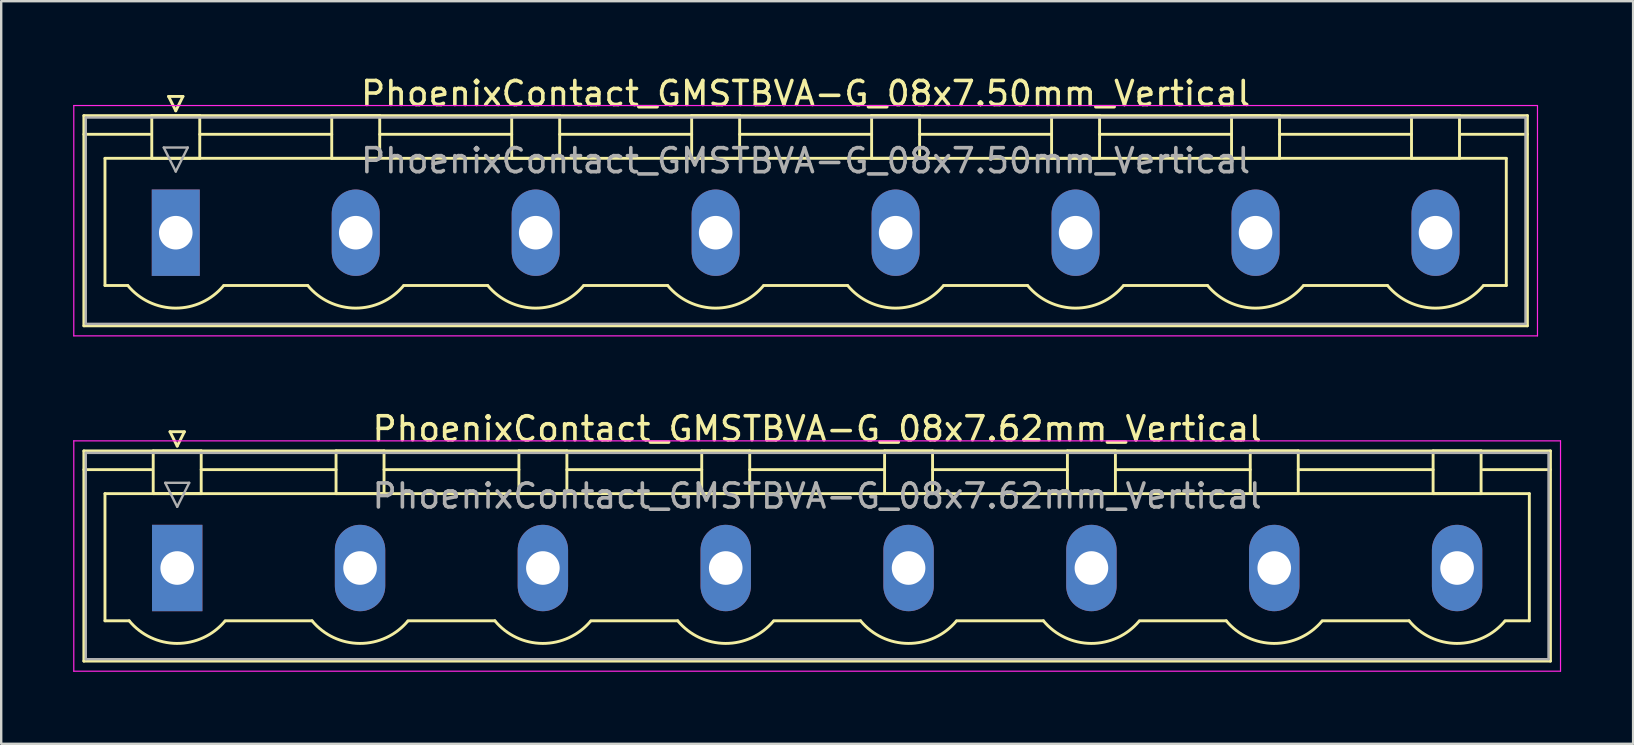
<source format=kicad_pcb>
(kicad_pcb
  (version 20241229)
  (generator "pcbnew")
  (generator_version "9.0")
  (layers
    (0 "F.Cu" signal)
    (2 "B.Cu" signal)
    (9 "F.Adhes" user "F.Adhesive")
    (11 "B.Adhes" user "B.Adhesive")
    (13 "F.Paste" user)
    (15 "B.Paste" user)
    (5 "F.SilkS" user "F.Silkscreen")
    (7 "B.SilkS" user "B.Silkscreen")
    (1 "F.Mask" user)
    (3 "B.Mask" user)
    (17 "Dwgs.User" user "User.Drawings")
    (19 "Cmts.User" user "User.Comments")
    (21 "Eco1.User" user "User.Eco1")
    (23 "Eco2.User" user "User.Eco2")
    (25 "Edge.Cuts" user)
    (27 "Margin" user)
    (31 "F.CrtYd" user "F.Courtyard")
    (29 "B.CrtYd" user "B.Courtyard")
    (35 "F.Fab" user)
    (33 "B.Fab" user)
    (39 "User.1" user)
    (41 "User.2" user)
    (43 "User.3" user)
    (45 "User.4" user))
  (footprint "PhoenixContact_GMSTBVA-G_08x7.50mm_Vertical"
    (layer "F.Cu")
    (at 4.275 6.648)
    (property "Reference" "PhoenixContact_GMSTBVA-G_08x7.50mm_Vertical" (at 26.25 -5.8 0) (layer "F.SilkS") (effects (font (size 1 1) (thickness 0.15))))
    (attr through_hole)
    (fp_line (start -3.83 -4.88) (end -3.83 3.88) (stroke (width 0.12) (type solid)) (layer "F.SilkS"))
    (fp_line (start -3.83 -4.1) (end -1.08 -4.1) (stroke (width 0.12) (type solid)) (layer "F.SilkS"))
    (fp_line (start -3.83 3.88) (end 56.33 3.88) (stroke (width 0.12) (type solid)) (layer "F.SilkS"))
    (fp_line (start -2.95 -3.1) (end 55.45 -3.1) (stroke (width 0.12) (type solid)) (layer "F.SilkS"))
    (fp_line (start -2.95 2.2) (end -2.95 -3.1) (stroke (width 0.12) (type solid)) (layer "F.SilkS"))
    (fp_line (start -2 2.2) (end -2.95 2.2) (stroke (width 0.12) (type solid)) (layer "F.SilkS"))
    (fp_line (start -1 -4.88) (end 1 -4.88) (stroke (width 0.12) (type solid)) (layer "F.SilkS"))
    (fp_line (start -1 -3.1) (end -1 -4.88) (stroke (width 0.12) (type solid)) (layer "F.SilkS"))
    (fp_line (start -0.3 -5.68) (end 0.3 -5.68) (stroke (width 0.12) (type solid)) (layer "F.SilkS"))
    (fp_line (start 0 -5.08) (end -0.3 -5.68) (stroke (width 0.12) (type solid)) (layer "F.SilkS"))
    (fp_line (start 0.3 -5.68) (end 0 -5.08) (stroke (width 0.12) (type solid)) (layer "F.SilkS"))
    (fp_line (start 1 -4.88) (end 1 -3.1) (stroke (width 0.12) (type solid)) (layer "F.SilkS"))
    (fp_line (start 1 -4.1) (end 6.5 -4.1) (stroke (width 0.12) (type solid)) (layer "F.SilkS"))
    (fp_line (start 1 -3.1) (end -1 -3.1) (stroke (width 0.12) (type solid)) (layer "F.SilkS"))
    (fp_line (start 2 2.2) (end 5.5 2.2) (stroke (width 0.12) (type solid)) (layer "F.SilkS"))
    (fp_line (start 6.5 -4.88) (end 8.5 -4.88) (stroke (width 0.12) (type solid)) (layer "F.SilkS"))
    (fp_line (start 6.5 -3.1) (end 6.5 -4.88) (stroke (width 0.12) (type solid)) (layer "F.SilkS"))
    (fp_line (start 8.5 -4.88) (end 8.5 -3.1) (stroke (width 0.12) (type solid)) (layer "F.SilkS"))
    (fp_line (start 8.5 -4.1) (end 14 -4.1) (stroke (width 0.12) (type solid)) (layer "F.SilkS"))
    (fp_line (start 8.5 -3.1) (end 6.5 -3.1) (stroke (width 0.12) (type solid)) (layer "F.SilkS"))
    (fp_line (start 9.5 2.2) (end 13 2.2) (stroke (width 0.12) (type solid)) (layer "F.SilkS"))
    (fp_line (start 14 -4.88) (end 16 -4.88) (stroke (width 0.12) (type solid)) (layer "F.SilkS"))
    (fp_line (start 14 -3.1) (end 14 -4.88) (stroke (width 0.12) (type solid)) (layer "F.SilkS"))
    (fp_line (start 16 -4.88) (end 16 -3.1) (stroke (width 0.12) (type solid)) (layer "F.SilkS"))
    (fp_line (start 16 -4.1) (end 21.5 -4.1) (stroke (width 0.12) (type solid)) (layer "F.SilkS"))
    (fp_line (start 16 -3.1) (end 14 -3.1) (stroke (width 0.12) (type solid)) (layer "F.SilkS"))
    (fp_line (start 17 2.2) (end 20.5 2.2) (stroke (width 0.12) (type solid)) (layer "F.SilkS"))
    (fp_line (start 21.5 -4.88) (end 23.5 -4.88) (stroke (width 0.12) (type solid)) (layer "F.SilkS"))
    (fp_line (start 21.5 -3.1) (end 21.5 -4.88) (stroke (width 0.12) (type solid)) (layer "F.SilkS"))
    (fp_line (start 23.5 -4.88) (end 23.5 -3.1) (stroke (width 0.12) (type solid)) (layer "F.SilkS"))
    (fp_line (start 23.5 -4.1) (end 29 -4.1) (stroke (width 0.12) (type solid)) (layer "F.SilkS"))
    (fp_line (start 23.5 -3.1) (end 21.5 -3.1) (stroke (width 0.12) (type solid)) (layer "F.SilkS"))
    (fp_line (start 24.5 2.2) (end 28 2.2) (stroke (width 0.12) (type solid)) (layer "F.SilkS"))
    (fp_line (start 29 -4.88) (end 31 -4.88) (stroke (width 0.12) (type solid)) (layer "F.SilkS"))
    (fp_line (start 29 -3.1) (end 29 -4.88) (stroke (width 0.12) (type solid)) (layer "F.SilkS"))
    (fp_line (start 31 -4.88) (end 31 -3.1) (stroke (width 0.12) (type solid)) (layer "F.SilkS"))
    (fp_line (start 31 -4.1) (end 36.5 -4.1) (stroke (width 0.12) (type solid)) (layer "F.SilkS"))
    (fp_line (start 31 -3.1) (end 29 -3.1) (stroke (width 0.12) (type solid)) (layer "F.SilkS"))
    (fp_line (start 32 2.2) (end 35.5 2.2) (stroke (width 0.12) (type solid)) (layer "F.SilkS"))
    (fp_line (start 36.5 -4.88) (end 38.5 -4.88) (stroke (width 0.12) (type solid)) (layer "F.SilkS"))
    (fp_line (start 36.5 -3.1) (end 36.5 -4.88) (stroke (width 0.12) (type solid)) (layer "F.SilkS"))
    (fp_line (start 38.5 -4.88) (end 38.5 -3.1) (stroke (width 0.12) (type solid)) (layer "F.SilkS"))
    (fp_line (start 38.5 -4.1) (end 44 -4.1) (stroke (width 0.12) (type solid)) (layer "F.SilkS"))
    (fp_line (start 38.5 -3.1) (end 36.5 -3.1) (stroke (width 0.12) (type solid)) (layer "F.SilkS"))
    (fp_line (start 39.5 2.2) (end 43 2.2) (stroke (width 0.12) (type solid)) (layer "F.SilkS"))
    (fp_line (start 44 -4.88) (end 46 -4.88) (stroke (width 0.12) (type solid)) (layer "F.SilkS"))
    (fp_line (start 44 -3.1) (end 44 -4.88) (stroke (width 0.12) (type solid)) (layer "F.SilkS"))
    (fp_line (start 46 -4.88) (end 46 -3.1) (stroke (width 0.12) (type solid)) (layer "F.SilkS"))
    (fp_line (start 46 -4.1) (end 51.5 -4.1) (stroke (width 0.12) (type solid)) (layer "F.SilkS"))
    (fp_line (start 46 -3.1) (end 44 -3.1) (stroke (width 0.12) (type solid)) (layer "F.SilkS"))
    (fp_line (start 47 2.2) (end 50.5 2.2) (stroke (width 0.12) (type solid)) (layer "F.SilkS"))
    (fp_line (start 51.5 -4.88) (end 53.5 -4.88) (stroke (width 0.12) (type solid)) (layer "F.SilkS"))
    (fp_line (start 51.5 -3.1) (end 51.5 -4.88) (stroke (width 0.12) (type solid)) (layer "F.SilkS"))
    (fp_line (start 53.5 -4.88) (end 53.5 -3.1) (stroke (width 0.12) (type solid)) (layer "F.SilkS"))
    (fp_line (start 53.5 -3.1) (end 51.5 -3.1) (stroke (width 0.12) (type solid)) (layer "F.SilkS"))
    (fp_line (start 55.45 -3.1) (end 55.45 2.2) (stroke (width 0.12) (type solid)) (layer "F.SilkS"))
    (fp_line (start 55.45 2.2) (end 54.5 2.2) (stroke (width 0.12) (type solid)) (layer "F.SilkS"))
    (fp_line (start 56.33 -4.88) (end -3.83 -4.88) (stroke (width 0.12) (type solid)) (layer "F.SilkS"))
    (fp_line (start 56.33 -4.1) (end 53.58 -4.1) (stroke (width 0.12) (type solid)) (layer "F.SilkS"))
    (fp_line (start 56.33 3.88) (end 56.33 -4.88) (stroke (width 0.12) (type solid)) (layer "F.SilkS"))
    (fp_arc (start 1.986842 2.215821) (mid -0.010289 3.142758) (end -2 2.2) (stroke (width 0.12) (type solid)) (layer "F.SilkS"))
    (fp_arc (start 9.486842 2.215821) (mid 7.489711 3.142758) (end 5.5 2.2) (stroke (width 0.12) (type solid)) (layer "F.SilkS"))
    (fp_arc (start 16.986842 2.215821) (mid 14.989711 3.142758) (end 13 2.2) (stroke (width 0.12) (type solid)) (layer "F.SilkS"))
    (fp_arc (start 24.486842 2.215821) (mid 22.489711 3.142758) (end 20.5 2.2) (stroke (width 0.12) (type solid)) (layer "F.SilkS"))
    (fp_arc (start 31.986842 2.215821) (mid 29.989711 3.142758) (end 28 2.2) (stroke (width 0.12) (type solid)) (layer "F.SilkS"))
    (fp_arc (start 39.486842 2.215821) (mid 37.489711 3.142758) (end 35.5 2.2) (stroke (width 0.12) (type solid)) (layer "F.SilkS"))
    (fp_arc (start 46.986842 2.215821) (mid 44.989711 3.142758) (end 43 2.2) (stroke (width 0.12) (type solid)) (layer "F.SilkS"))
    (fp_arc (start 54.486842 2.215821) (mid 52.489711 3.142758) (end 50.5 2.2) (stroke (width 0.12) (type solid)) (layer "F.SilkS"))
    (fp_line (start -4.25 -5.3) (end -4.25 4.3) (stroke (width 0.05) (type solid)) (layer "F.CrtYd"))
    (fp_line (start -4.25 4.3) (end 56.75 4.3) (stroke (width 0.05) (type solid)) (layer "F.CrtYd"))
    (fp_line (start 56.75 -5.3) (end -4.25 -5.3) (stroke (width 0.05) (type solid)) (layer "F.CrtYd"))
    (fp_line (start 56.75 4.3) (end 56.75 -5.3) (stroke (width 0.05) (type solid)) (layer "F.CrtYd"))
    (fp_line (start -3.75 -4.8) (end -3.75 3.8) (stroke (width 0.1) (type solid)) (layer "F.Fab"))
    (fp_line (start -3.75 3.8) (end 56.25 3.8) (stroke (width 0.1) (type solid)) (layer "F.Fab"))
    (fp_line (start -0.5 -3.55) (end 0.5 -3.55) (stroke (width 0.1) (type solid)) (layer "F.Fab"))
    (fp_line (start 0 -2.55) (end -0.5 -3.55) (stroke (width 0.1) (type solid)) (layer "F.Fab"))
    (fp_line (start 0.5 -3.55) (end 0 -2.55) (stroke (width 0.1) (type solid)) (layer "F.Fab"))
    (fp_line (start 56.25 -4.8) (end -3.75 -4.8) (stroke (width 0.1) (type solid)) (layer "F.Fab"))
    (fp_line (start 56.25 3.8) (end 56.25 -4.8) (stroke (width 0.1) (type solid)) (layer "F.Fab"))
    (fp_text user "${REFERENCE}" (at 26.25 -3 0) (layer "F.Fab") (effects (font (size 1 1) (thickness 0.15))))
    (pad "1" thru_hole rect (at 0 0) (size 2 3.6) (drill 1.4) (layers "*.Cu" "*.Mask"))
    (pad "2" thru_hole oval (at 7.5 0) (size 2 3.6) (drill 1.4) (layers "*.Cu" "*.Mask"))
    (pad "3" thru_hole oval (at 15 0) (size 2 3.6) (drill 1.4) (layers "*.Cu" "*.Mask"))
    (pad "4" thru_hole oval (at 22.5 0) (size 2 3.6) (drill 1.4) (layers "*.Cu" "*.Mask"))
    (pad "5" thru_hole oval (at 30 0) (size 2 3.6) (drill 1.4) (layers "*.Cu" "*.Mask"))
    (pad "6" thru_hole oval (at 37.5 0) (size 2 3.6) (drill 1.4) (layers "*.Cu" "*.Mask"))
    (pad "7" thru_hole oval (at 45 0) (size 2 3.6) (drill 1.4) (layers "*.Cu" "*.Mask"))
    (pad "8" thru_hole oval (at 52.5 0) (size 2 3.6) (drill 1.4) (layers "*.Cu" "*.Mask")))
  (footprint "PhoenixContact_GMSTBVA-G_08x7.62mm_Vertical"
    (layer "F.Cu")
    (at 4.335 20.622)
    (property "Reference" "PhoenixContact_GMSTBVA-G_08x7.62mm_Vertical" (at 26.67 -5.8 0) (layer "F.SilkS") (effects (font (size 1 1) (thickness 0.15))))
    (attr through_hole)
    (fp_line (start -3.89 -4.88) (end -3.89 3.88) (stroke (width 0.12) (type solid)) (layer "F.SilkS"))
    (fp_line (start -3.89 -4.1) (end -1.08 -4.1) (stroke (width 0.12) (type solid)) (layer "F.SilkS"))
    (fp_line (start -3.89 3.88) (end 57.23 3.88) (stroke (width 0.12) (type solid)) (layer "F.SilkS"))
    (fp_line (start -3.01 -3.1) (end 56.35 -3.1) (stroke (width 0.12) (type solid)) (layer "F.SilkS"))
    (fp_line (start -3.01 2.2) (end -3.01 -3.1) (stroke (width 0.12) (type solid)) (layer "F.SilkS"))
    (fp_line (start -2 2.2) (end -3.01 2.2) (stroke (width 0.12) (type solid)) (layer "F.SilkS"))
    (fp_line (start -1 -4.88) (end 1 -4.88) (stroke (width 0.12) (type solid)) (layer "F.SilkS"))
    (fp_line (start -1 -3.1) (end -1 -4.88) (stroke (width 0.12) (type solid)) (layer "F.SilkS"))
    (fp_line (start -0.3 -5.68) (end 0.3 -5.68) (stroke (width 0.12) (type solid)) (layer "F.SilkS"))
    (fp_line (start 0 -5.08) (end -0.3 -5.68) (stroke (width 0.12) (type solid)) (layer "F.SilkS"))
    (fp_line (start 0.3 -5.68) (end 0 -5.08) (stroke (width 0.12) (type solid)) (layer "F.SilkS"))
    (fp_line (start 1 -4.88) (end 1 -3.1) (stroke (width 0.12) (type solid)) (layer "F.SilkS"))
    (fp_line (start 1 -4.1) (end 6.62 -4.1) (stroke (width 0.12) (type solid)) (layer "F.SilkS"))
    (fp_line (start 1 -3.1) (end -1 -3.1) (stroke (width 0.12) (type solid)) (layer "F.SilkS"))
    (fp_line (start 2 2.2) (end 5.62 2.2) (stroke (width 0.12) (type solid)) (layer "F.SilkS"))
    (fp_line (start 6.62 -4.88) (end 8.62 -4.88) (stroke (width 0.12) (type solid)) (layer "F.SilkS"))
    (fp_line (start 6.62 -3.1) (end 6.62 -4.88) (stroke (width 0.12) (type solid)) (layer "F.SilkS"))
    (fp_line (start 8.62 -4.88) (end 8.62 -3.1) (stroke (width 0.12) (type solid)) (layer "F.SilkS"))
    (fp_line (start 8.62 -4.1) (end 14.24 -4.1) (stroke (width 0.12) (type solid)) (layer "F.SilkS"))
    (fp_line (start 8.62 -3.1) (end 6.62 -3.1) (stroke (width 0.12) (type solid)) (layer "F.SilkS"))
    (fp_line (start 9.62 2.2) (end 13.24 2.2) (stroke (width 0.12) (type solid)) (layer "F.SilkS"))
    (fp_line (start 14.24 -4.88) (end 16.24 -4.88) (stroke (width 0.12) (type solid)) (layer "F.SilkS"))
    (fp_line (start 14.24 -3.1) (end 14.24 -4.88) (stroke (width 0.12) (type solid)) (layer "F.SilkS"))
    (fp_line (start 16.24 -4.88) (end 16.24 -3.1) (stroke (width 0.12) (type solid)) (layer "F.SilkS"))
    (fp_line (start 16.24 -4.1) (end 21.86 -4.1) (stroke (width 0.12) (type solid)) (layer "F.SilkS"))
    (fp_line (start 16.24 -3.1) (end 14.24 -3.1) (stroke (width 0.12) (type solid)) (layer "F.SilkS"))
    (fp_line (start 17.24 2.2) (end 20.86 2.2) (stroke (width 0.12) (type solid)) (layer "F.SilkS"))
    (fp_line (start 21.86 -4.88) (end 23.86 -4.88) (stroke (width 0.12) (type solid)) (layer "F.SilkS"))
    (fp_line (start 21.86 -3.1) (end 21.86 -4.88) (stroke (width 0.12) (type solid)) (layer "F.SilkS"))
    (fp_line (start 23.86 -4.88) (end 23.86 -3.1) (stroke (width 0.12) (type solid)) (layer "F.SilkS"))
    (fp_line (start 23.86 -4.1) (end 29.48 -4.1) (stroke (width 0.12) (type solid)) (layer "F.SilkS"))
    (fp_line (start 23.86 -3.1) (end 21.86 -3.1) (stroke (width 0.12) (type solid)) (layer "F.SilkS"))
    (fp_line (start 24.86 2.2) (end 28.48 2.2) (stroke (width 0.12) (type solid)) (layer "F.SilkS"))
    (fp_line (start 29.48 -4.88) (end 31.48 -4.88) (stroke (width 0.12) (type solid)) (layer "F.SilkS"))
    (fp_line (start 29.48 -3.1) (end 29.48 -4.88) (stroke (width 0.12) (type solid)) (layer "F.SilkS"))
    (fp_line (start 31.48 -4.88) (end 31.48 -3.1) (stroke (width 0.12) (type solid)) (layer "F.SilkS"))
    (fp_line (start 31.48 -4.1) (end 37.1 -4.1) (stroke (width 0.12) (type solid)) (layer "F.SilkS"))
    (fp_line (start 31.48 -3.1) (end 29.48 -3.1) (stroke (width 0.12) (type solid)) (layer "F.SilkS"))
    (fp_line (start 32.48 2.2) (end 36.1 2.2) (stroke (width 0.12) (type solid)) (layer "F.SilkS"))
    (fp_line (start 37.1 -4.88) (end 39.1 -4.88) (stroke (width 0.12) (type solid)) (layer "F.SilkS"))
    (fp_line (start 37.1 -3.1) (end 37.1 -4.88) (stroke (width 0.12) (type solid)) (layer "F.SilkS"))
    (fp_line (start 39.1 -4.88) (end 39.1 -3.1) (stroke (width 0.12) (type solid)) (layer "F.SilkS"))
    (fp_line (start 39.1 -4.1) (end 44.72 -4.1) (stroke (width 0.12) (type solid)) (layer "F.SilkS"))
    (fp_line (start 39.1 -3.1) (end 37.1 -3.1) (stroke (width 0.12) (type solid)) (layer "F.SilkS"))
    (fp_line (start 40.1 2.2) (end 43.72 2.2) (stroke (width 0.12) (type solid)) (layer "F.SilkS"))
    (fp_line (start 44.72 -4.88) (end 46.72 -4.88) (stroke (width 0.12) (type solid)) (layer "F.SilkS"))
    (fp_line (start 44.72 -3.1) (end 44.72 -4.88) (stroke (width 0.12) (type solid)) (layer "F.SilkS"))
    (fp_line (start 46.72 -4.88) (end 46.72 -3.1) (stroke (width 0.12) (type solid)) (layer "F.SilkS"))
    (fp_line (start 46.72 -4.1) (end 52.34 -4.1) (stroke (width 0.12) (type solid)) (layer "F.SilkS"))
    (fp_line (start 46.72 -3.1) (end 44.72 -3.1) (stroke (width 0.12) (type solid)) (layer "F.SilkS"))
    (fp_line (start 47.72 2.2) (end 51.34 2.2) (stroke (width 0.12) (type solid)) (layer "F.SilkS"))
    (fp_line (start 52.34 -4.88) (end 54.34 -4.88) (stroke (width 0.12) (type solid)) (layer "F.SilkS"))
    (fp_line (start 52.34 -3.1) (end 52.34 -4.88) (stroke (width 0.12) (type solid)) (layer "F.SilkS"))
    (fp_line (start 54.34 -4.88) (end 54.34 -3.1) (stroke (width 0.12) (type solid)) (layer "F.SilkS"))
    (fp_line (start 54.34 -3.1) (end 52.34 -3.1) (stroke (width 0.12) (type solid)) (layer "F.SilkS"))
    (fp_line (start 56.35 -3.1) (end 56.35 2.2) (stroke (width 0.12) (type solid)) (layer "F.SilkS"))
    (fp_line (start 56.35 2.2) (end 55.34 2.2) (stroke (width 0.12) (type solid)) (layer "F.SilkS"))
    (fp_line (start 57.23 -4.88) (end -3.89 -4.88) (stroke (width 0.12) (type solid)) (layer "F.SilkS"))
    (fp_line (start 57.23 -4.1) (end 54.42 -4.1) (stroke (width 0.12) (type solid)) (layer "F.SilkS"))
    (fp_line (start 57.23 3.88) (end 57.23 -4.88) (stroke (width 0.12) (type solid)) (layer "F.SilkS"))
    (fp_arc (start 1.986842 2.215821) (mid -0.010289 3.142758) (end -2 2.2) (stroke (width 0.12) (type solid)) (layer "F.SilkS"))
    (fp_arc (start 9.606842 2.215821) (mid 7.609711 3.142758) (end 5.62 2.2) (stroke (width 0.12) (type solid)) (layer "F.SilkS"))
    (fp_arc (start 17.226842 2.215821) (mid 15.229711 3.142758) (end 13.24 2.2) (stroke (width 0.12) (type solid)) (layer "F.SilkS"))
    (fp_arc (start 24.846842 2.215821) (mid 22.849711 3.142758) (end 20.86 2.2) (stroke (width 0.12) (type solid)) (layer "F.SilkS"))
    (fp_arc (start 32.466842 2.215821) (mid 30.469711 3.142758) (end 28.48 2.2) (stroke (width 0.12) (type solid)) (layer "F.SilkS"))
    (fp_arc (start 40.086842 2.215821) (mid 38.089711 3.142758) (end 36.1 2.2) (stroke (width 0.12) (type solid)) (layer "F.SilkS"))
    (fp_arc (start 47.706842 2.215821) (mid 45.709711 3.142758) (end 43.72 2.2) (stroke (width 0.12) (type solid)) (layer "F.SilkS"))
    (fp_arc (start 55.326842 2.215821) (mid 53.329711 3.142758) (end 51.34 2.2) (stroke (width 0.12) (type solid)) (layer "F.SilkS"))
    (fp_line (start -4.31 -5.3) (end -4.31 4.3) (stroke (width 0.05) (type solid)) (layer "F.CrtYd"))
    (fp_line (start -4.31 4.3) (end 57.65 4.3) (stroke (width 0.05) (type solid)) (layer "F.CrtYd"))
    (fp_line (start 57.65 -5.3) (end -4.31 -5.3) (stroke (width 0.05) (type solid)) (layer "F.CrtYd"))
    (fp_line (start 57.65 4.3) (end 57.65 -5.3) (stroke (width 0.05) (type solid)) (layer "F.CrtYd"))
    (fp_line (start -3.81 -4.8) (end -3.81 3.8) (stroke (width 0.1) (type solid)) (layer "F.Fab"))
    (fp_line (start -3.81 3.8) (end 57.15 3.8) (stroke (width 0.1) (type solid)) (layer "F.Fab"))
    (fp_line (start -0.5 -3.55) (end 0.5 -3.55) (stroke (width 0.1) (type solid)) (layer "F.Fab"))
    (fp_line (start 0 -2.55) (end -0.5 -3.55) (stroke (width 0.1) (type solid)) (layer "F.Fab"))
    (fp_line (start 0.5 -3.55) (end 0 -2.55) (stroke (width 0.1) (type solid)) (layer "F.Fab"))
    (fp_line (start 57.15 -4.8) (end -3.81 -4.8) (stroke (width 0.1) (type solid)) (layer "F.Fab"))
    (fp_line (start 57.15 3.8) (end 57.15 -4.8) (stroke (width 0.1) (type solid)) (layer "F.Fab"))
    (fp_text user "${REFERENCE}" (at 26.67 -3 0) (layer "F.Fab") (effects (font (size 1 1) (thickness 0.15))))
    (pad "1" thru_hole rect (at 0 0) (size 2.1 3.6) (drill 1.4) (layers "*.Cu" "*.Mask"))
    (pad "2" thru_hole oval (at 7.62 0) (size 2.1 3.6) (drill 1.4) (layers "*.Cu" "*.Mask"))
    (pad "3" thru_hole oval (at 15.24 0) (size 2.1 3.6) (drill 1.4) (layers "*.Cu" "*.Mask"))
    (pad "4" thru_hole oval (at 22.86 0) (size 2.1 3.6) (drill 1.4) (layers "*.Cu" "*.Mask"))
    (pad "5" thru_hole oval (at 30.48 0) (size 2.1 3.6) (drill 1.4) (layers "*.Cu" "*.Mask"))
    (pad "6" thru_hole oval (at 38.1 0) (size 2.1 3.6) (drill 1.4) (layers "*.Cu" "*.Mask"))
    (pad "7" thru_hole oval (at 45.72 0) (size 2.1 3.6) (drill 1.4) (layers "*.Cu" "*.Mask"))
    (pad "8" thru_hole oval (at 53.34 0) (size 2.1 3.6) (drill 1.4) (layers "*.Cu" "*.Mask")))
  (gr_rect
    (start -3 -3)
    (end 65.01 27.947)
    (stroke (width 0.1) (type default))
    (fill no)
    (layer "Edge.Cuts")))
</source>
